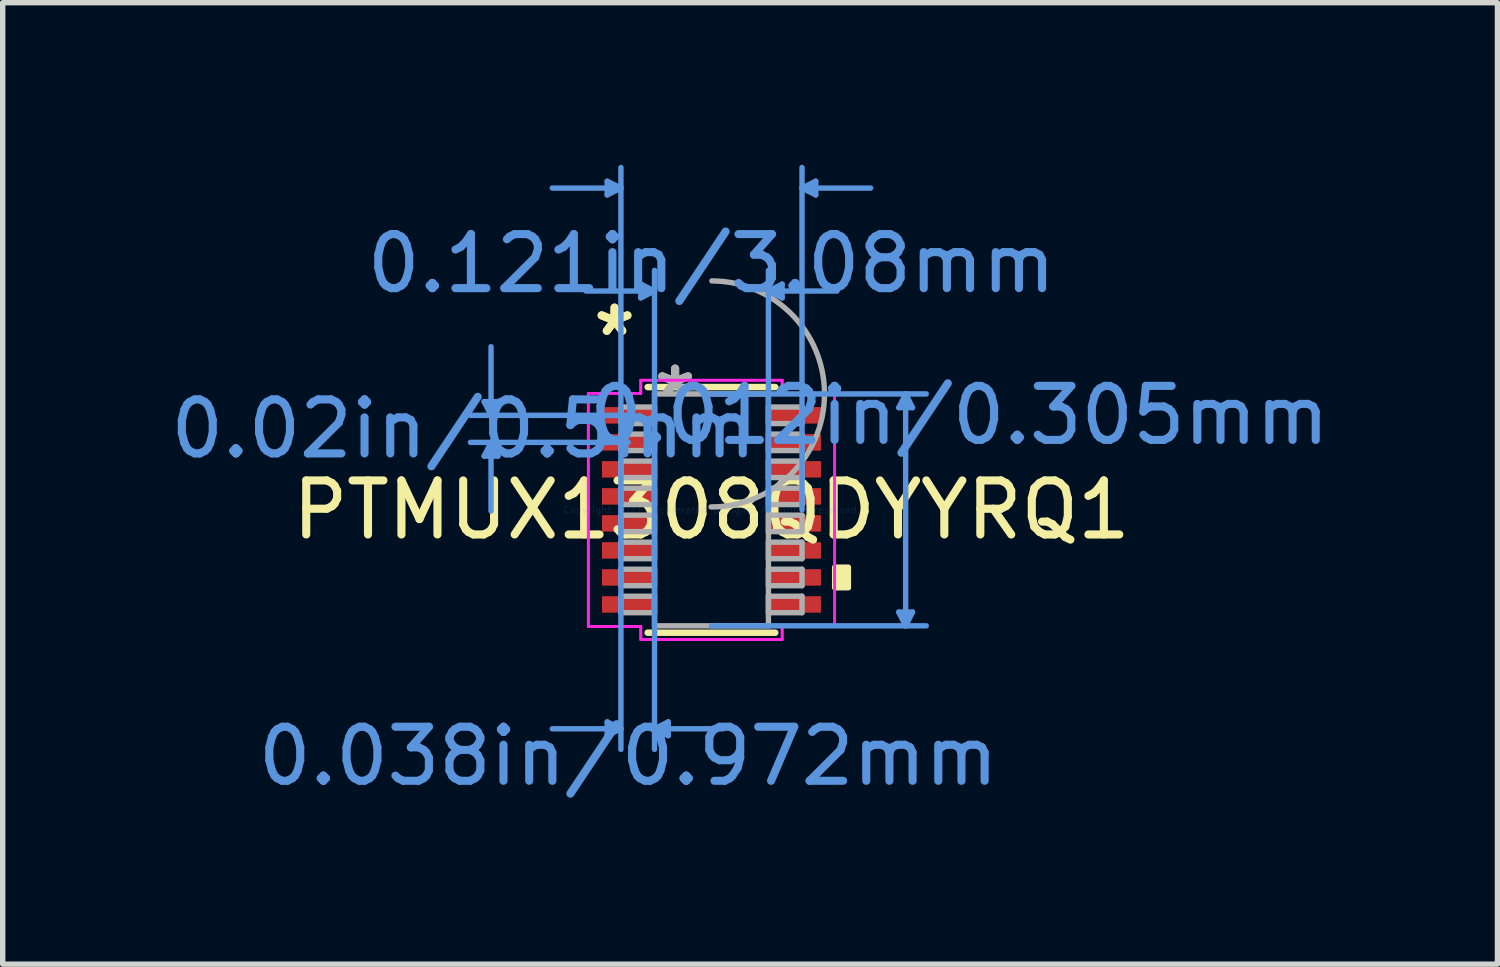
<source format=kicad_pcb>
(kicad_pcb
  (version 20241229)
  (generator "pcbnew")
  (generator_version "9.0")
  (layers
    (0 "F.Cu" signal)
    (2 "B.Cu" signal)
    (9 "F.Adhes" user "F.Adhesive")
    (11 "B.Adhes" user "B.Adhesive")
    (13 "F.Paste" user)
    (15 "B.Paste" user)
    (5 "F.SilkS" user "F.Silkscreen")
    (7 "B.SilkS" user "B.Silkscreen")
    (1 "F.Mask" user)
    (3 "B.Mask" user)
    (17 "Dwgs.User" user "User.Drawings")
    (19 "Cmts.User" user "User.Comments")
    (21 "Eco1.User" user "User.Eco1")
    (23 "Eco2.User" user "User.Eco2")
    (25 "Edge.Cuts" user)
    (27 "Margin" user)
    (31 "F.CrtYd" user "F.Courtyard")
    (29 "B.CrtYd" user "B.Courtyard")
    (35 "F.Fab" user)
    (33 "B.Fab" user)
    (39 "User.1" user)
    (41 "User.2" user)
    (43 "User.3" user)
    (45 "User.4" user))
  (footprint "PTMUX1308QDYYRQ1"
    (layer "F.Cu")
    (at 10.118 6.387)
    (property "Reference" "PTMUX1308QDYYRQ1" (at 0 0 0) (layer "F.SilkS") (effects (font (size 1 1) (thickness 0.15))))
    (attr through_hole)
    (fp_line (start -1.181 2.273) (end 1.181 2.273) (stroke (width 0.12) (type solid)) (layer "F.SilkS"))
    (fp_line (start 1.181 -2.273) (end -1.181 -2.273) (stroke (width 0.12) (type solid)) (layer "F.SilkS"))
    (fp_poly (pts (xy 2.534 1.06) (xy 2.534 1.441) (xy 2.28 1.441) (xy 2.28 1.06)) (stroke (width 0.1) (type solid)) (fill yes) (layer "F.SilkS"))
    (fp_line (start -4.207 -2.004) (end -3.953 -2.004) (stroke (width 0.1) (type solid)) (layer "Cmts.User"))
    (fp_line (start -4.207 -0.996) (end -3.953 -0.996) (stroke (width 0.1) (type solid)) (layer "Cmts.User"))
    (fp_line (start -4.08 -1.75) (end -4.207 -2.004) (stroke (width 0.1) (type solid)) (layer "Cmts.User"))
    (fp_line (start -4.08 -1.75) (end -4.08 -3.02) (stroke (width 0.1) (type solid)) (layer "Cmts.User"))
    (fp_line (start -4.08 -1.75) (end -3.953 -2.004) (stroke (width 0.1) (type solid)) (layer "Cmts.User"))
    (fp_line (start -4.08 -1.25) (end -4.207 -0.996) (stroke (width 0.1) (type solid)) (layer "Cmts.User"))
    (fp_line (start -4.08 -1.25) (end -4.08 0.02) (stroke (width 0.1) (type solid)) (layer "Cmts.User"))
    (fp_line (start -4.08 -1.25) (end -3.953 -0.996) (stroke (width 0.1) (type solid)) (layer "Cmts.User"))
    (fp_line (start -1.93 -6.083) (end -1.93 -5.829) (stroke (width 0.1) (type solid)) (layer "Cmts.User"))
    (fp_line (start -1.93 3.924) (end -1.93 4.178) (stroke (width 0.1) (type solid)) (layer "Cmts.User"))
    (fp_line (start -1.676 -5.956) (end -2.946 -5.956) (stroke (width 0.1) (type solid)) (layer "Cmts.User"))
    (fp_line (start -1.676 -5.956) (end -1.93 -6.083) (stroke (width 0.1) (type solid)) (layer "Cmts.User"))
    (fp_line (start -1.676 -5.956) (end -1.93 -5.829) (stroke (width 0.1) (type solid)) (layer "Cmts.User"))
    (fp_line (start -1.676 0) (end -1.676 -6.337) (stroke (width 0.1) (type solid)) (layer "Cmts.User"))
    (fp_line (start -1.676 0) (end -1.676 4.432) (stroke (width 0.1) (type solid)) (layer "Cmts.User"))
    (fp_line (start -1.676 4.051) (end -2.946 4.051) (stroke (width 0.1) (type solid)) (layer "Cmts.User"))
    (fp_line (start -1.676 4.051) (end -1.93 3.924) (stroke (width 0.1) (type solid)) (layer "Cmts.User"))
    (fp_line (start -1.676 4.051) (end -1.93 4.178) (stroke (width 0.1) (type solid)) (layer "Cmts.User"))
    (fp_line (start -1.54 -1.75) (end -4.461 -1.75) (stroke (width 0.1) (type solid)) (layer "Cmts.User"))
    (fp_line (start -1.54 -1.25) (end -4.461 -1.25) (stroke (width 0.1) (type solid)) (layer "Cmts.User"))
    (fp_line (start -1.308 -4.178) (end -1.308 -3.924) (stroke (width 0.1) (type solid)) (layer "Cmts.User"))
    (fp_line (start -1.054 -4.051) (end -2.324 -4.051) (stroke (width 0.1) (type solid)) (layer "Cmts.User"))
    (fp_line (start -1.054 -4.051) (end -1.308 -4.178) (stroke (width 0.1) (type solid)) (layer "Cmts.User"))
    (fp_line (start -1.054 -4.051) (end -1.308 -3.924) (stroke (width 0.1) (type solid)) (layer "Cmts.User"))
    (fp_line (start -1.054 0) (end -1.054 -4.432) (stroke (width 0.1) (type solid)) (layer "Cmts.User"))
    (fp_line (start -1.054 0) (end -1.054 4.432) (stroke (width 0.1) (type solid)) (layer "Cmts.User"))
    (fp_line (start -1.054 4.051) (end -0.8 3.924) (stroke (width 0.1) (type solid)) (layer "Cmts.User"))
    (fp_line (start -1.054 4.051) (end -0.8 4.178) (stroke (width 0.1) (type solid)) (layer "Cmts.User"))
    (fp_line (start -1.054 4.051) (end 0.216 4.051) (stroke (width 0.1) (type solid)) (layer "Cmts.User"))
    (fp_line (start -0.8 3.924) (end -0.8 4.178) (stroke (width 0.1) (type solid)) (layer "Cmts.User"))
    (fp_line (start 0 -2.146) (end 3.975 -2.146) (stroke (width 0.1) (type solid)) (layer "Cmts.User"))
    (fp_line (start 0 2.146) (end 3.975 2.146) (stroke (width 0.1) (type solid)) (layer "Cmts.User"))
    (fp_line (start 1.054 -4.051) (end 1.308 -4.178) (stroke (width 0.1) (type solid)) (layer "Cmts.User"))
    (fp_line (start 1.054 -4.051) (end 1.308 -3.924) (stroke (width 0.1) (type solid)) (layer "Cmts.User"))
    (fp_line (start 1.054 -4.051) (end 2.324 -4.051) (stroke (width 0.1) (type solid)) (layer "Cmts.User"))
    (fp_line (start 1.054 0) (end 1.054 -4.432) (stroke (width 0.1) (type solid)) (layer "Cmts.User"))
    (fp_line (start 1.308 -4.178) (end 1.308 -3.924) (stroke (width 0.1) (type solid)) (layer "Cmts.User"))
    (fp_line (start 1.676 -5.956) (end 1.93 -6.083) (stroke (width 0.1) (type solid)) (layer "Cmts.User"))
    (fp_line (start 1.676 -5.956) (end 1.93 -5.829) (stroke (width 0.1) (type solid)) (layer "Cmts.User"))
    (fp_line (start 1.676 -5.956) (end 2.946 -5.956) (stroke (width 0.1) (type solid)) (layer "Cmts.User"))
    (fp_line (start 1.676 0) (end 1.676 -6.337) (stroke (width 0.1) (type solid)) (layer "Cmts.User"))
    (fp_line (start 1.93 -6.083) (end 1.93 -5.829) (stroke (width 0.1) (type solid)) (layer "Cmts.User"))
    (fp_line (start 3.467 -1.892) (end 3.721 -1.892) (stroke (width 0.1) (type solid)) (layer "Cmts.User"))
    (fp_line (start 3.467 1.892) (end 3.721 1.892) (stroke (width 0.1) (type solid)) (layer "Cmts.User"))
    (fp_line (start 3.594 -2.146) (end 3.467 -1.892) (stroke (width 0.1) (type solid)) (layer "Cmts.User"))
    (fp_line (start 3.594 -2.146) (end 3.594 2.146) (stroke (width 0.1) (type solid)) (layer "Cmts.User"))
    (fp_line (start 3.594 -2.146) (end 3.721 -1.892) (stroke (width 0.1) (type solid)) (layer "Cmts.User"))
    (fp_line (start 3.594 2.146) (end 3.467 1.892) (stroke (width 0.1) (type solid)) (layer "Cmts.User"))
    (fp_line (start 3.594 2.146) (end 3.721 1.892) (stroke (width 0.1) (type solid)) (layer "Cmts.User"))
    (fp_line (start -2.28 -2.157) (end -1.308 -2.157) (stroke (width 0.05) (type solid)) (layer "F.CrtYd"))
    (fp_line (start -2.28 -2.157) (end -1.308 -2.157) (stroke (width 0.05) (type solid)) (layer "F.CrtYd"))
    (fp_line (start -2.28 2.157) (end -2.28 -2.157) (stroke (width 0.05) (type solid)) (layer "F.CrtYd"))
    (fp_line (start -2.28 2.157) (end -2.28 -2.157) (stroke (width 0.05) (type solid)) (layer "F.CrtYd"))
    (fp_line (start -2.28 2.157) (end -1.308 2.157) (stroke (width 0.05) (type solid)) (layer "F.CrtYd"))
    (fp_line (start -1.308 -2.4) (end 1.308 -2.4) (stroke (width 0.05) (type solid)) (layer "F.CrtYd"))
    (fp_line (start -1.308 -2.4) (end 1.308 -2.4) (stroke (width 0.05) (type solid)) (layer "F.CrtYd"))
    (fp_line (start -1.308 -2.157) (end -1.308 -2.4) (stroke (width 0.05) (type solid)) (layer "F.CrtYd"))
    (fp_line (start -1.308 -2.157) (end -1.308 -2.4) (stroke (width 0.05) (type solid)) (layer "F.CrtYd"))
    (fp_line (start -1.308 2.157) (end -2.28 2.157) (stroke (width 0.05) (type solid)) (layer "F.CrtYd"))
    (fp_line (start -1.308 2.4) (end -1.308 2.157) (stroke (width 0.05) (type solid)) (layer "F.CrtYd"))
    (fp_line (start -1.308 2.4) (end -1.308 2.157) (stroke (width 0.05) (type solid)) (layer "F.CrtYd"))
    (fp_line (start 1.308 -2.4) (end 1.308 -2.157) (stroke (width 0.05) (type solid)) (layer "F.CrtYd"))
    (fp_line (start 1.308 -2.4) (end 1.308 -2.157) (stroke (width 0.05) (type solid)) (layer "F.CrtYd"))
    (fp_line (start 1.308 -2.157) (end 2.28 -2.157) (stroke (width 0.05) (type solid)) (layer "F.CrtYd"))
    (fp_line (start 1.308 2.157) (end 1.308 2.4) (stroke (width 0.05) (type solid)) (layer "F.CrtYd"))
    (fp_line (start 1.308 2.157) (end 1.308 2.4) (stroke (width 0.05) (type solid)) (layer "F.CrtYd"))
    (fp_line (start 1.308 2.4) (end -1.308 2.4) (stroke (width 0.05) (type solid)) (layer "F.CrtYd"))
    (fp_line (start 1.308 2.4) (end -1.308 2.4) (stroke (width 0.05) (type solid)) (layer "F.CrtYd"))
    (fp_line (start 2.28 -2.157) (end 1.308 -2.157) (stroke (width 0.05) (type solid)) (layer "F.CrtYd"))
    (fp_line (start 2.28 -2.157) (end 2.28 2.157) (stroke (width 0.05) (type solid)) (layer "F.CrtYd"))
    (fp_line (start 2.28 -2.157) (end 2.28 2.157) (stroke (width 0.05) (type solid)) (layer "F.CrtYd"))
    (fp_line (start 2.28 2.157) (end 1.308 2.157) (stroke (width 0.05) (type solid)) (layer "F.CrtYd"))
    (fp_line (start 2.28 2.157) (end 1.308 2.157) (stroke (width 0.05) (type solid)) (layer "F.CrtYd"))
    (fp_line (start -1.676 -1.903) (end -1.676 -1.598) (stroke (width 0.1) (type solid)) (layer "F.Fab"))
    (fp_line (start -1.676 -1.598) (end -1.054 -1.598) (stroke (width 0.1) (type solid)) (layer "F.Fab"))
    (fp_line (start -1.676 -1.403) (end -1.676 -1.098) (stroke (width 0.1) (type solid)) (layer "F.Fab"))
    (fp_line (start -1.676 -1.098) (end -1.054 -1.098) (stroke (width 0.1) (type solid)) (layer "F.Fab"))
    (fp_line (start -1.676 -0.903) (end -1.676 -0.598) (stroke (width 0.1) (type solid)) (layer "F.Fab"))
    (fp_line (start -1.676 -0.598) (end -1.054 -0.598) (stroke (width 0.1) (type solid)) (layer "F.Fab"))
    (fp_line (start -1.676 -0.402) (end -1.676 -0.098) (stroke (width 0.1) (type solid)) (layer "F.Fab"))
    (fp_line (start -1.676 -0.098) (end -1.054 -0.098) (stroke (width 0.1) (type solid)) (layer "F.Fab"))
    (fp_line (start -1.676 0.098) (end -1.676 0.402) (stroke (width 0.1) (type solid)) (layer "F.Fab"))
    (fp_line (start -1.676 0.402) (end -1.054 0.402) (stroke (width 0.1) (type solid)) (layer "F.Fab"))
    (fp_line (start -1.676 0.598) (end -1.676 0.903) (stroke (width 0.1) (type solid)) (layer "F.Fab"))
    (fp_line (start -1.676 0.903) (end -1.054 0.903) (stroke (width 0.1) (type solid)) (layer "F.Fab"))
    (fp_line (start -1.676 1.098) (end -1.676 1.403) (stroke (width 0.1) (type solid)) (layer "F.Fab"))
    (fp_line (start -1.676 1.403) (end -1.054 1.403) (stroke (width 0.1) (type solid)) (layer "F.Fab"))
    (fp_line (start -1.676 1.598) (end -1.676 1.903) (stroke (width 0.1) (type solid)) (layer "F.Fab"))
    (fp_line (start -1.676 1.903) (end -1.054 1.903) (stroke (width 0.1) (type solid)) (layer "F.Fab"))
    (fp_line (start -1.054 -2.146) (end -1.054 2.146) (stroke (width 0.1) (type solid)) (layer "F.Fab"))
    (fp_line (start -1.054 -1.903) (end -1.676 -1.903) (stroke (width 0.1) (type solid)) (layer "F.Fab"))
    (fp_line (start -1.054 -1.598) (end -1.054 -1.903) (stroke (width 0.1) (type solid)) (layer "F.Fab"))
    (fp_line (start -1.054 -1.403) (end -1.676 -1.403) (stroke (width 0.1) (type solid)) (layer "F.Fab"))
    (fp_line (start -1.054 -1.098) (end -1.054 -1.403) (stroke (width 0.1) (type solid)) (layer "F.Fab"))
    (fp_line (start -1.054 -0.903) (end -1.676 -0.903) (stroke (width 0.1) (type solid)) (layer "F.Fab"))
    (fp_line (start -1.054 -0.598) (end -1.054 -0.903) (stroke (width 0.1) (type solid)) (layer "F.Fab"))
    (fp_line (start -1.054 -0.402) (end -1.676 -0.402) (stroke (width 0.1) (type solid)) (layer "F.Fab"))
    (fp_line (start -1.054 -0.098) (end -1.054 -0.402) (stroke (width 0.1) (type solid)) (layer "F.Fab"))
    (fp_line (start -1.054 0.098) (end -1.676 0.098) (stroke (width 0.1) (type solid)) (layer "F.Fab"))
    (fp_line (start -1.054 0.402) (end -1.054 0.098) (stroke (width 0.1) (type solid)) (layer "F.Fab"))
    (fp_line (start -1.054 0.598) (end -1.676 0.598) (stroke (width 0.1) (type solid)) (layer "F.Fab"))
    (fp_line (start -1.054 0.903) (end -1.054 0.598) (stroke (width 0.1) (type solid)) (layer "F.Fab"))
    (fp_line (start -1.054 1.098) (end -1.676 1.098) (stroke (width 0.1) (type solid)) (layer "F.Fab"))
    (fp_line (start -1.054 1.403) (end -1.054 1.098) (stroke (width 0.1) (type solid)) (layer "F.Fab"))
    (fp_line (start -1.054 1.598) (end -1.676 1.598) (stroke (width 0.1) (type solid)) (layer "F.Fab"))
    (fp_line (start -1.054 1.903) (end -1.054 1.598) (stroke (width 0.1) (type solid)) (layer "F.Fab"))
    (fp_line (start -1.054 2.146) (end 1.054 2.146) (stroke (width 0.1) (type solid)) (layer "F.Fab"))
    (fp_line (start 1.054 -2.146) (end -1.054 -2.146) (stroke (width 0.1) (type solid)) (layer "F.Fab"))
    (fp_line (start 1.054 -1.903) (end 1.054 -1.598) (stroke (width 0.1) (type solid)) (layer "F.Fab"))
    (fp_line (start 1.054 -1.598) (end 1.676 -1.598) (stroke (width 0.1) (type solid)) (layer "F.Fab"))
    (fp_line (start 1.054 -1.403) (end 1.054 -1.098) (stroke (width 0.1) (type solid)) (layer "F.Fab"))
    (fp_line (start 1.054 -1.098) (end 1.676 -1.098) (stroke (width 0.1) (type solid)) (layer "F.Fab"))
    (fp_line (start 1.054 -0.903) (end 1.054 -0.598) (stroke (width 0.1) (type solid)) (layer "F.Fab"))
    (fp_line (start 1.054 -0.598) (end 1.676 -0.598) (stroke (width 0.1) (type solid)) (layer "F.Fab"))
    (fp_line (start 1.054 -0.402) (end 1.054 -0.098) (stroke (width 0.1) (type solid)) (layer "F.Fab"))
    (fp_line (start 1.054 -0.098) (end 1.676 -0.098) (stroke (width 0.1) (type solid)) (layer "F.Fab"))
    (fp_line (start 1.054 0.098) (end 1.054 0.402) (stroke (width 0.1) (type solid)) (layer "F.Fab"))
    (fp_line (start 1.054 0.402) (end 1.676 0.402) (stroke (width 0.1) (type solid)) (layer "F.Fab"))
    (fp_line (start 1.054 0.598) (end 1.054 0.903) (stroke (width 0.1) (type solid)) (layer "F.Fab"))
    (fp_line (start 1.054 0.903) (end 1.676 0.903) (stroke (width 0.1) (type solid)) (layer "F.Fab"))
    (fp_line (start 1.054 1.098) (end 1.054 1.403) (stroke (width 0.1) (type solid)) (layer "F.Fab"))
    (fp_line (start 1.054 1.403) (end 1.676 1.403) (stroke (width 0.1) (type solid)) (layer "F.Fab"))
    (fp_line (start 1.054 1.598) (end 1.054 1.903) (stroke (width 0.1) (type solid)) (layer "F.Fab"))
    (fp_line (start 1.054 1.903) (end 1.676 1.903) (stroke (width 0.1) (type solid)) (layer "F.Fab"))
    (fp_line (start 1.054 2.146) (end 1.054 -2.146) (stroke (width 0.1) (type solid)) (layer "F.Fab"))
    (fp_line (start 1.676 -1.903) (end 1.054 -1.903) (stroke (width 0.1) (type solid)) (layer "F.Fab"))
    (fp_line (start 1.676 -1.598) (end 1.676 -1.903) (stroke (width 0.1) (type solid)) (layer "F.Fab"))
    (fp_line (start 1.676 -1.403) (end 1.054 -1.403) (stroke (width 0.1) (type solid)) (layer "F.Fab"))
    (fp_line (start 1.676 -1.098) (end 1.676 -1.403) (stroke (width 0.1) (type solid)) (layer "F.Fab"))
    (fp_line (start 1.676 -0.903) (end 1.054 -0.903) (stroke (width 0.1) (type solid)) (layer "F.Fab"))
    (fp_line (start 1.676 -0.598) (end 1.676 -0.903) (stroke (width 0.1) (type solid)) (layer "F.Fab"))
    (fp_line (start 1.676 -0.402) (end 1.054 -0.402) (stroke (width 0.1) (type solid)) (layer "F.Fab"))
    (fp_line (start 1.676 -0.098) (end 1.676 -0.402) (stroke (width 0.1) (type solid)) (layer "F.Fab"))
    (fp_line (start 1.676 0.098) (end 1.054 0.098) (stroke (width 0.1) (type solid)) (layer "F.Fab"))
    (fp_line (start 1.676 0.402) (end 1.676 0.098) (stroke (width 0.1) (type solid)) (layer "F.Fab"))
    (fp_line (start 1.676 0.598) (end 1.054 0.598) (stroke (width 0.1) (type solid)) (layer "F.Fab"))
    (fp_line (start 1.676 0.903) (end 1.676 0.598) (stroke (width 0.1) (type solid)) (layer "F.Fab"))
    (fp_line (start 1.676 1.098) (end 1.054 1.098) (stroke (width 0.1) (type solid)) (layer "F.Fab"))
    (fp_line (start 1.676 1.403) (end 1.676 1.098) (stroke (width 0.1) (type solid)) (layer "F.Fab"))
    (fp_line (start 1.676 1.598) (end 1.054 1.598) (stroke (width 0.1) (type solid)) (layer "F.Fab"))
    (fp_line (start 1.676 1.903) (end 1.676 1.598) (stroke (width 0.1) (type solid)) (layer "F.Fab"))
    (fp_arc (start 0.007742 -4.238084) (mid 2.091784 -2.138558) (end -0.007742 -0.054516) (stroke (width 0.1) (type solid)) (layer "F.Fab"))
    (fp_text user "*" (at -1.794 -3.198 0) (layer "F.SilkS") (effects (font (size 1 1) (thickness 0.15))))
    (fp_text user "*" (at -1.794 -3.198 0) (layer "F.SilkS") (effects (font (size 1 1) (thickness 0.15))))
    (fp_text user "0.038in/0.972mm" (at -1.54 4.559 0) (layer "Cmts.User") (effects (font (size 1 1) (thickness 0.15))))
    (fp_text user "0.02in/0.5mm" (at -4.588 -1.5 0) (layer "Cmts.User") (effects (font (size 1 1) (thickness 0.15))))
    (fp_text user "0.012in/0.305mm" (at 4.588 -1.75 0) (layer "Cmts.User") (effects (font (size 1 1) (thickness 0.15))))
    (fp_text user "0.121in/3.08mm" (at 0 -4.559 0) (layer "Cmts.User") (effects (font (size 1 1) (thickness 0.15))))
    (fp_text user "Copyright 2021 Accelerated Designs. All rights reserved." (at 0 0 0) (layer "Cmts.User") (effects (font (size 0.127 0.127) (thickness 0.002))))
    (fp_text user "*" (at -0.673 -2.07 0) (layer "F.Fab") (effects (font (size 1 1) (thickness 0.15))))
    (fp_text user "*" (at -0.673 -2.07 0) (layer "F.Fab") (effects (font (size 1 1) (thickness 0.15))))
    (pad "1" smd rect (at -1.54 -1.75) (size 0.972 0.305) (layers "F.Cu" "F.Mask" "F.Paste"))
    (pad "2" smd rect (at -1.54 -1.25) (size 0.972 0.305) (layers "F.Cu" "F.Mask" "F.Paste"))
    (pad "3" smd rect (at -1.54 -0.75) (size 0.972 0.305) (layers "F.Cu" "F.Mask" "F.Paste"))
    (pad "4" smd rect (at -1.54 -0.25) (size 0.972 0.305) (layers "F.Cu" "F.Mask" "F.Paste"))
    (pad "5" smd rect (at -1.54 0.25) (size 0.972 0.305) (layers "F.Cu" "F.Mask" "F.Paste"))
    (pad "6" smd rect (at -1.54 0.75) (size 0.972 0.305) (layers "F.Cu" "F.Mask" "F.Paste"))
    (pad "7" smd rect (at -1.54 1.25) (size 0.972 0.305) (layers "F.Cu" "F.Mask" "F.Paste"))
    (pad "8" smd rect (at -1.54 1.75) (size 0.972 0.305) (layers "F.Cu" "F.Mask" "F.Paste"))
    (pad "9" smd rect (at 1.54 1.75) (size 0.972 0.305) (layers "F.Cu" "F.Mask" "F.Paste"))
    (pad "10" smd rect (at 1.54 1.25) (size 0.972 0.305) (layers "F.Cu" "F.Mask" "F.Paste"))
    (pad "11" smd rect (at 1.54 0.75) (size 0.972 0.305) (layers "F.Cu" "F.Mask" "F.Paste"))
    (pad "12" smd rect (at 1.54 0.25) (size 0.972 0.305) (layers "F.Cu" "F.Mask" "F.Paste"))
    (pad "13" smd rect (at 1.54 -0.25) (size 0.972 0.305) (layers "F.Cu" "F.Mask" "F.Paste"))
    (pad "14" smd rect (at 1.54 -0.75) (size 0.972 0.305) (layers "F.Cu" "F.Mask" "F.Paste"))
    (pad "15" smd rect (at 1.54 -1.25) (size 0.972 0.305) (layers "F.Cu" "F.Mask" "F.Paste"))
    (pad "16" smd rect (at 1.54 -1.75) (size 0.972 0.305) (layers "F.Cu" "F.Mask" "F.Paste")))
  (gr_rect
    (start -3 -3)
    (end 24.665 14.795)
    (stroke (width 0.1) (type default))
    (fill no)
    (layer "Edge.Cuts")))
</source>
